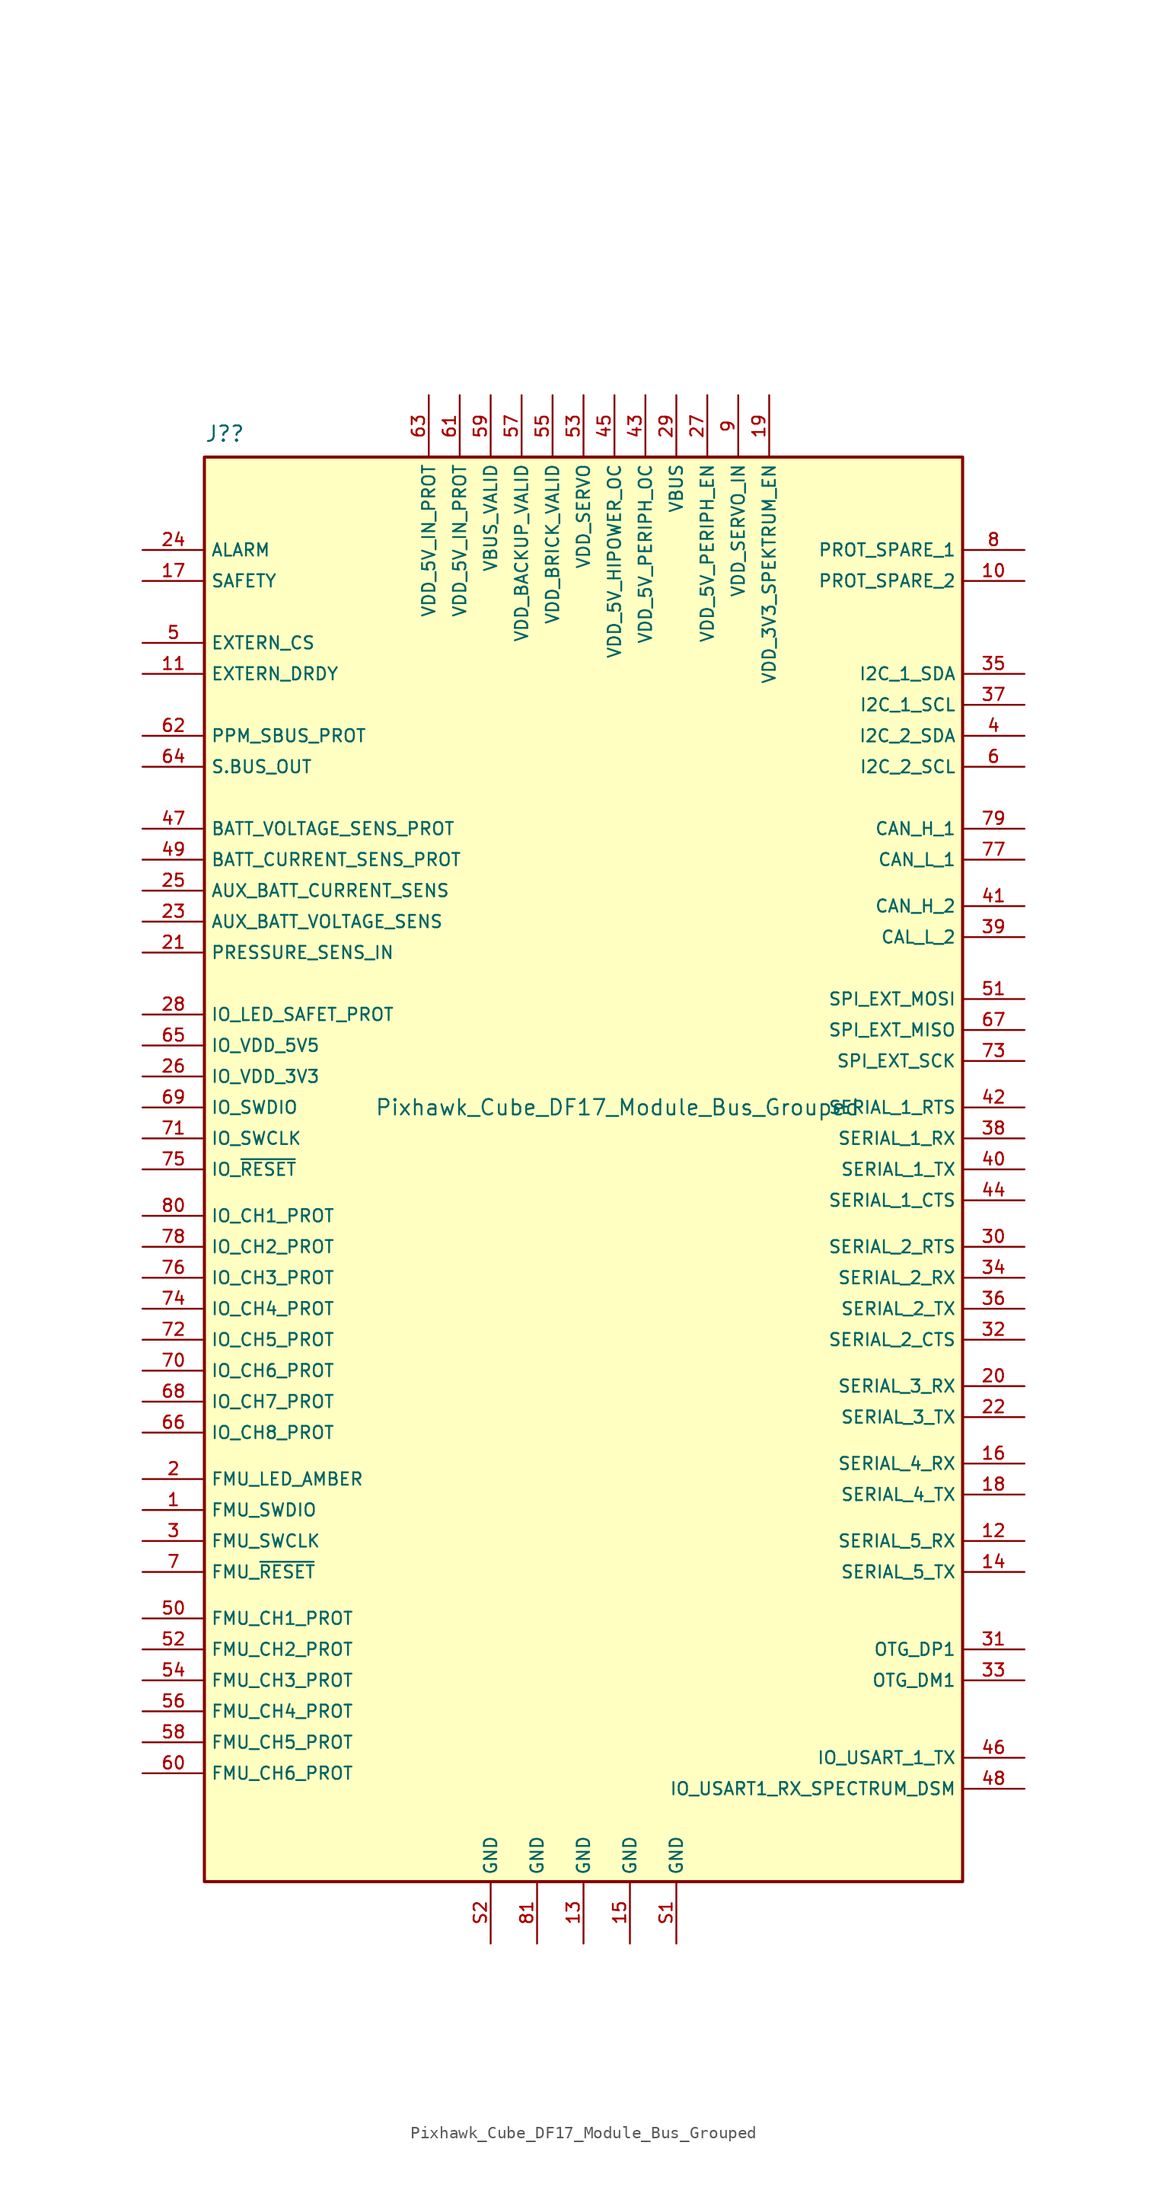
<source format=kicad_sym>
(kicad_symbol_lib
  (version 20211014)
  (generator kicad_symbol_editor)
  (symbol "Pixhawk_Cube_DF17_Module_Bus_Grouped"
    (property "Reference" "J?"
      (at -31.115 55.245 0)
      (effects (font (size 1.27 1.27)) (justify left)))
    (property "Value" "Pixhawk_Cube_DF17_Module_Bus_Grouped"
      (at -17.145 0 0)
      (effects (font (size 1.27 1.27)) (justify left)))
    (symbol "Pixhawk_Cube_DF17_Module_Bus_Grouped_0_0"
      (rectangle (start -31.115 53.34) (end 31.115 -63.5) (stroke (width 0.254) (type default) (color 0 0 0 0)) (fill (type background)))
      (text "" (at 17.78 72.39 0) (effects (font (size 1.27 1.27))))
      (pin bidirectional line (at -36.195 -33.02 0) (length 5.08) (name "FMU_SWDIO" (effects (font (size 1.016 1.016)))) (number "1" (effects (font (size 1.016 1.016)))))
      (pin unspecified line (at 36.195 43.18 180) (length 5.08) (name "PROT_SPARE_2" (effects (font (size 1.016 1.016)))) (number "10" (effects (font (size 1.016 1.016)))))
      (pin input line (at -36.195 35.56 0) (length 5.08) (name "EXTERN_DRDY" (effects (font (size 1.016 1.016)))) (number "11" (effects (font (size 1.016 1.016)))))
      (pin input line (at 36.195 -35.56 180) (length 5.08) (name "SERIAL_5_RX" (effects (font (size 1.016 1.016)))) (number "12" (effects (font (size 1.016 1.016)))))
      (pin power_in line (at 0 -68.58 90) (length 5.08) (name "GND" (effects (font (size 1.016 1.016)))) (number "13" (effects (font (size 1.016 1.016)))))
      (pin output line (at 36.195 -38.1 180) (length 5.08) (name "SERIAL_5_TX" (effects (font (size 1.016 1.016)))) (number "14" (effects (font (size 1.016 1.016)))))
      (pin power_in line (at 3.81 -68.58 90) (length 5.08) (name "GND" (effects (font (size 1.016 1.016)))) (number "15" (effects (font (size 1.016 1.016)))))
      (pin input line (at 36.195 -29.21 180) (length 5.08) (name "SERIAL_4_RX" (effects (font (size 1.016 1.016)))) (number "16" (effects (font (size 1.016 1.016)))))
      (pin unspecified line (at -36.195 43.18 0) (length 5.08) (name "SAFETY" (effects (font (size 1.016 1.016)))) (number "17" (effects (font (size 1.016 1.016)))))
      (pin output line (at 36.195 -31.75 180) (length 5.08) (name "SERIAL_4_TX" (effects (font (size 1.016 1.016)))) (number "18" (effects (font (size 1.016 1.016)))))
      (pin output line (at 15.24 58.42 270) (length 5.08) (name "VDD_3V3_SPEKTRUM_EN" (effects (font (size 1.016 1.016)))) (number "19" (effects (font (size 1.016 1.016)))))
      (pin output line (at -36.195 -30.48 0) (length 5.08) (name "FMU_LED_AMBER" (effects (font (size 1.016 1.016)))) (number "2" (effects (font (size 1.016 1.016)))))
      (pin input line (at 36.195 -22.86 180) (length 5.08) (name "SERIAL_3_RX" (effects (font (size 1.016 1.016)))) (number "20" (effects (font (size 1.016 1.016)))))
      (pin input line (at -36.195 12.7 0) (length 5.08) (name "PRESSURE_SENS_IN" (effects (font (size 1.016 1.016)))) (number "21" (effects (font (size 1.016 1.016)))))
      (pin output line (at 36.195 -25.4 180) (length 5.08) (name "SERIAL_3_TX" (effects (font (size 1.016 1.016)))) (number "22" (effects (font (size 1.016 1.016)))))
      (pin input line (at -36.195 15.24 0) (length 5.08) (name "AUX_BATT_VOLTAGE_SENS" (effects (font (size 1.016 1.016)))) (number "23" (effects (font (size 1.016 1.016)))))
      (pin output line (at -36.195 45.72 0) (length 5.08) (name "ALARM" (effects (font (size 1.016 1.016)))) (number "24" (effects (font (size 1.016 1.016)))))
      (pin input line (at -36.195 17.78 0) (length 5.08) (name "AUX_BATT_CURRENT_SENS" (effects (font (size 1.016 1.016)))) (number "25" (effects (font (size 1.016 1.016)))))
      (pin input line (at -36.195 2.54 0) (length 5.08) (name "IO_VDD_3V3" (effects (font (size 1.016 1.016)))) (number "26" (effects (font (size 1.016 1.016)))))
      (pin output line (at 10.16 58.42 270) (length 5.08) (name "VDD_5V_PERIPH_EN" (effects (font (size 1.016 1.016)))) (number "27" (effects (font (size 1.016 1.016)))))
      (pin output line (at -36.195 7.62 0) (length 5.08) (name "IO_LED_SAFET_PROT" (effects (font (size 1.016 1.016)))) (number "28" (effects (font (size 1.016 1.016)))))
      (pin input line (at 7.62 58.42 270) (length 5.08) (name "VBUS" (effects (font (size 1.016 1.016)))) (number "29" (effects (font (size 1.016 1.016)))))
      (pin output line (at -36.195 -35.56 0) (length 5.08) (name "FMU_SWCLK" (effects (font (size 1.016 1.016)))) (number "3" (effects (font (size 1.016 1.016)))))
      (pin bidirectional line (at 36.195 -11.43 180) (length 5.08) (name "SERIAL_2_RTS" (effects (font (size 1.016 1.016)))) (number "30" (effects (font (size 1.016 1.016)))))
      (pin bidirectional line (at 36.195 -44.45 180) (length 5.08) (name "OTG_DP1" (effects (font (size 1.016 1.016)))) (number "31" (effects (font (size 1.016 1.016)))))
      (pin bidirectional line (at 36.195 -19.05 180) (length 5.08) (name "SERIAL_2_CTS" (effects (font (size 1.016 1.016)))) (number "32" (effects (font (size 1.016 1.016)))))
      (pin bidirectional line (at 36.195 -46.99 180) (length 5.08) (name "OTG_DM1" (effects (font (size 1.016 1.016)))) (number "33" (effects (font (size 1.016 1.016)))))
      (pin input line (at 36.195 -13.97 180) (length 5.08) (name "SERIAL_2_RX" (effects (font (size 1.016 1.016)))) (number "34" (effects (font (size 1.016 1.016)))))
      (pin bidirectional line (at 36.195 35.56 180) (length 5.08) (name "I2C_1_SDA" (effects (font (size 1.016 1.016)))) (number "35" (effects (font (size 1.016 1.016)))))
      (pin output line (at 36.195 -16.51 180) (length 5.08) (name "SERIAL_2_TX" (effects (font (size 1.016 1.016)))) (number "36" (effects (font (size 1.016 1.016)))))
      (pin output line (at 36.195 33.02 180) (length 5.08) (name "I2C_1_SCL" (effects (font (size 1.016 1.016)))) (number "37" (effects (font (size 1.016 1.016)))))
      (pin input line (at 36.195 -2.54 180) (length 5.08) (name "SERIAL_1_RX" (effects (font (size 1.016 1.016)))) (number "38" (effects (font (size 1.016 1.016)))))
      (pin bidirectional line (at 36.195 13.97 180) (length 5.08) (name "CAL_L_2" (effects (font (size 1.016 1.016)))) (number "39" (effects (font (size 1.016 1.016)))))
      (pin bidirectional line (at 36.195 30.48 180) (length 5.08) (name "I2C_2_SDA" (effects (font (size 1.016 1.016)))) (number "4" (effects (font (size 1.016 1.016)))))
      (pin output line (at 36.195 -5.08 180) (length 5.08) (name "SERIAL_1_TX" (effects (font (size 1.016 1.016)))) (number "40" (effects (font (size 1.016 1.016)))))
      (pin bidirectional line (at 36.195 16.51 180) (length 5.08) (name "CAN_H_2" (effects (font (size 1.016 1.016)))) (number "41" (effects (font (size 1.016 1.016)))))
      (pin bidirectional line (at 36.195 0 180) (length 5.08) (name "SERIAL_1_RTS" (effects (font (size 1.016 1.016)))) (number "42" (effects (font (size 1.016 1.016)))))
      (pin input line (at 5.08 58.42 270) (length 5.08) (name "VDD_5V_PERIPH_OC" (effects (font (size 1.016 1.016)))) (number "43" (effects (font (size 1.016 1.016)))))
      (pin bidirectional line (at 36.195 -7.62 180) (length 5.08) (name "SERIAL_1_CTS" (effects (font (size 1.016 1.016)))) (number "44" (effects (font (size 1.016 1.016)))))
      (pin input line (at 2.54 58.42 270) (length 5.08) (name "VDD_5V_HIPOWER_OC" (effects (font (size 1.016 1.016)))) (number "45" (effects (font (size 1.016 1.016)))))
      (pin output line (at 36.195 -53.34 180) (length 5.08) (name "IO_USART_1_TX" (effects (font (size 1.016 1.016)))) (number "46" (effects (font (size 1.016 1.016)))))
      (pin input line (at -36.195 22.86 0) (length 5.08) (name "BATT_VOLTAGE_SENS_PROT" (effects (font (size 1.016 1.016)))) (number "47" (effects (font (size 1.016 1.016)))))
      (pin output line (at 36.195 -55.88 180) (length 5.08) (name "IO_USART1_RX_SPECTRUM_DSM" (effects (font (size 1.016 1.016)))) (number "48" (effects (font (size 1.016 1.016)))))
      (pin input line (at -36.195 20.32 0) (length 5.08) (name "BATT_CURRENT_SENS_PROT" (effects (font (size 1.016 1.016)))) (number "49" (effects (font (size 1.016 1.016)))))
      (pin output line (at -36.195 38.1 0) (length 5.08) (name "EXTERN_CS" (effects (font (size 1.016 1.016)))) (number "5" (effects (font (size 1.016 1.016)))))
      (pin output line (at -36.195 -41.91 0) (length 5.08) (name "FMU_CH1_PROT" (effects (font (size 1.016 1.016)))) (number "50" (effects (font (size 1.016 1.016)))))
      (pin output line (at 36.195 8.89 180) (length 5.08) (name "SPI_EXT_MOSI" (effects (font (size 1.016 1.016)))) (number "51" (effects (font (size 1.016 1.016)))))
      (pin output line (at -36.195 -44.45 0) (length 5.08) (name "FMU_CH2_PROT" (effects (font (size 1.016 1.016)))) (number "52" (effects (font (size 1.016 1.016)))))
      (pin input line (at 0 58.42 270) (length 5.08) (name "VDD_SERVO" (effects (font (size 1.016 1.016)))) (number "53" (effects (font (size 1.016 1.016)))))
      (pin output line (at -36.195 -46.99 0) (length 5.08) (name "FMU_CH3_PROT" (effects (font (size 1.016 1.016)))) (number "54" (effects (font (size 1.016 1.016)))))
      (pin input line (at -2.54 58.42 270) (length 5.08) (name "VDD_BRICK_VALID" (effects (font (size 1.016 1.016)))) (number "55" (effects (font (size 1.016 1.016)))))
      (pin output line (at -36.195 -49.53 0) (length 5.08) (name "FMU_CH4_PROT" (effects (font (size 1.016 1.016)))) (number "56" (effects (font (size 1.016 1.016)))))
      (pin input line (at -5.08 58.42 270) (length 5.08) (name "VDD_BACKUP_VALID" (effects (font (size 1.016 1.016)))) (number "57" (effects (font (size 1.016 1.016)))))
      (pin output line (at -36.195 -52.07 0) (length 5.08) (name "FMU_CH5_PROT" (effects (font (size 1.016 1.016)))) (number "58" (effects (font (size 1.016 1.016)))))
      (pin input line (at -7.62 58.42 270) (length 5.08) (name "VBUS_VALID" (effects (font (size 1.016 1.016)))) (number "59" (effects (font (size 1.016 1.016)))))
      (pin output line (at 36.195 27.94 180) (length 5.08) (name "I2C_2_SCL" (effects (font (size 1.016 1.016)))) (number "6" (effects (font (size 1.016 1.016)))))
      (pin output line (at -36.195 -54.61 0) (length 5.08) (name "FMU_CH6_PROT" (effects (font (size 1.016 1.016)))) (number "60" (effects (font (size 1.016 1.016)))))
      (pin input line (at -10.16 58.42 270) (length 5.08) (name "VDD_5V_IN_PROT" (effects (font (size 1.016 1.016)))) (number "61" (effects (font (size 1.016 1.016)))))
      (pin input line (at -36.195 30.48 0) (length 5.08) (name "PPM_SBUS_PROT" (effects (font (size 1.016 1.016)))) (number "62" (effects (font (size 1.016 1.016)))))
      (pin input line (at -12.7 58.42 270) (length 5.08) (name "VDD_5V_IN_PROT" (effects (font (size 1.016 1.016)))) (number "63" (effects (font (size 1.016 1.016)))))
      (pin output line (at -36.195 27.94 0) (length 5.08) (name "S.BUS_OUT" (effects (font (size 1.016 1.016)))) (number "64" (effects (font (size 1.016 1.016)))))
      (pin output line (at -36.195 5.08 0) (length 5.08) (name "IO_VDD_5V5" (effects (font (size 1.016 1.016)))) (number "65" (effects (font (size 1.016 1.016)))))
      (pin output line (at -36.195 -26.67 0) (length 5.08) (name "IO_CH8_PROT" (effects (font (size 1.016 1.016)))) (number "66" (effects (font (size 1.016 1.016)))))
      (pin input line (at 36.195 6.35 180) (length 5.08) (name "SPI_EXT_MISO" (effects (font (size 1.016 1.016)))) (number "67" (effects (font (size 1.016 1.016)))))
      (pin output line (at -36.195 -24.13 0) (length 5.08) (name "IO_CH7_PROT" (effects (font (size 1.016 1.016)))) (number "68" (effects (font (size 1.016 1.016)))))
      (pin bidirectional line (at -36.195 0 0) (length 5.08) (name "IO_SWDIO" (effects (font (size 1.016 1.016)))) (number "69" (effects (font (size 1.016 1.016)))))
      (pin input line (at -36.195 -38.1 0) (length 5.08) (name "FMU_~{RESET}" (effects (font (size 1.016 1.016)))) (number "7" (effects (font (size 1.016 1.016)))))
      (pin output line (at -36.195 -21.59 0) (length 5.08) (name "IO_CH6_PROT" (effects (font (size 1.016 1.016)))) (number "70" (effects (font (size 1.016 1.016)))))
      (pin output line (at -36.195 -2.54 0) (length 5.08) (name "IO_SWCLK" (effects (font (size 1.016 1.016)))) (number "71" (effects (font (size 1.016 1.016)))))
      (pin output line (at -36.195 -19.05 0) (length 5.08) (name "IO_CH5_PROT" (effects (font (size 1.016 1.016)))) (number "72" (effects (font (size 1.016 1.016)))))
      (pin output line (at 36.195 3.81 180) (length 5.08) (name "SPI_EXT_SCK" (effects (font (size 1.016 1.016)))) (number "73" (effects (font (size 1.016 1.016)))))
      (pin output line (at -36.195 -16.51 0) (length 5.08) (name "IO_CH4_PROT" (effects (font (size 1.016 1.016)))) (number "74" (effects (font (size 1.016 1.016)))))
      (pin passive line (at -36.195 -5.08 0) (length 5.08) (name "IO_~{RESET}" (effects (font (size 1.016 1.016)))) (number "75" (effects (font (size 1.016 1.016)))))
      (pin output line (at -36.195 -13.97 0) (length 5.08) (name "IO_CH3_PROT" (effects (font (size 1.016 1.016)))) (number "76" (effects (font (size 1.016 1.016)))))
      (pin bidirectional line (at 36.195 20.32 180) (length 5.08) (name "CAN_L_1" (effects (font (size 1.016 1.016)))) (number "77" (effects (font (size 1.016 1.016)))))
      (pin output line (at -36.195 -11.43 0) (length 5.08) (name "IO_CH2_PROT" (effects (font (size 1.016 1.016)))) (number "78" (effects (font (size 1.016 1.016)))))
      (pin bidirectional line (at 36.195 22.86 180) (length 5.08) (name "CAN_H_1" (effects (font (size 1.016 1.016)))) (number "79" (effects (font (size 1.016 1.016)))))
      (pin unspecified line (at 36.195 45.72 180) (length 5.08) (name "PROT_SPARE_1" (effects (font (size 1.016 1.016)))) (number "8" (effects (font (size 1.016 1.016)))))
      (pin output line (at -36.195 -8.89 0) (length 5.08) (name "IO_CH1_PROT" (effects (font (size 1.016 1.016)))) (number "80" (effects (font (size 1.016 1.016)))))
      (pin power_in line (at -3.81 -68.58 90) (length 5.08) (name "GND" (effects (font (size 1.016 1.016)))) (number "81" (effects (font (size 1.016 1.016)))))
      (pin input line (at 12.7 58.42 270) (length 5.08) (name "VDD_SERVO_IN" (effects (font (size 1.016 1.016)))) (number "9" (effects (font (size 1.016 1.016)))))
      (pin bidirectional line (at 7.62 -68.58 90) (length 5.08) (name "GND" (effects (font (size 1.016 1.016)))) (number "S1" (effects (font (size 1.016 1.016)))))
      (pin bidirectional line (at -7.62 -68.58 90) (length 5.08) (name "GND" (effects (font (size 1.016 1.016)))) (number "S2" (effects (font (size 1.016 1.016))))))))
</source>
